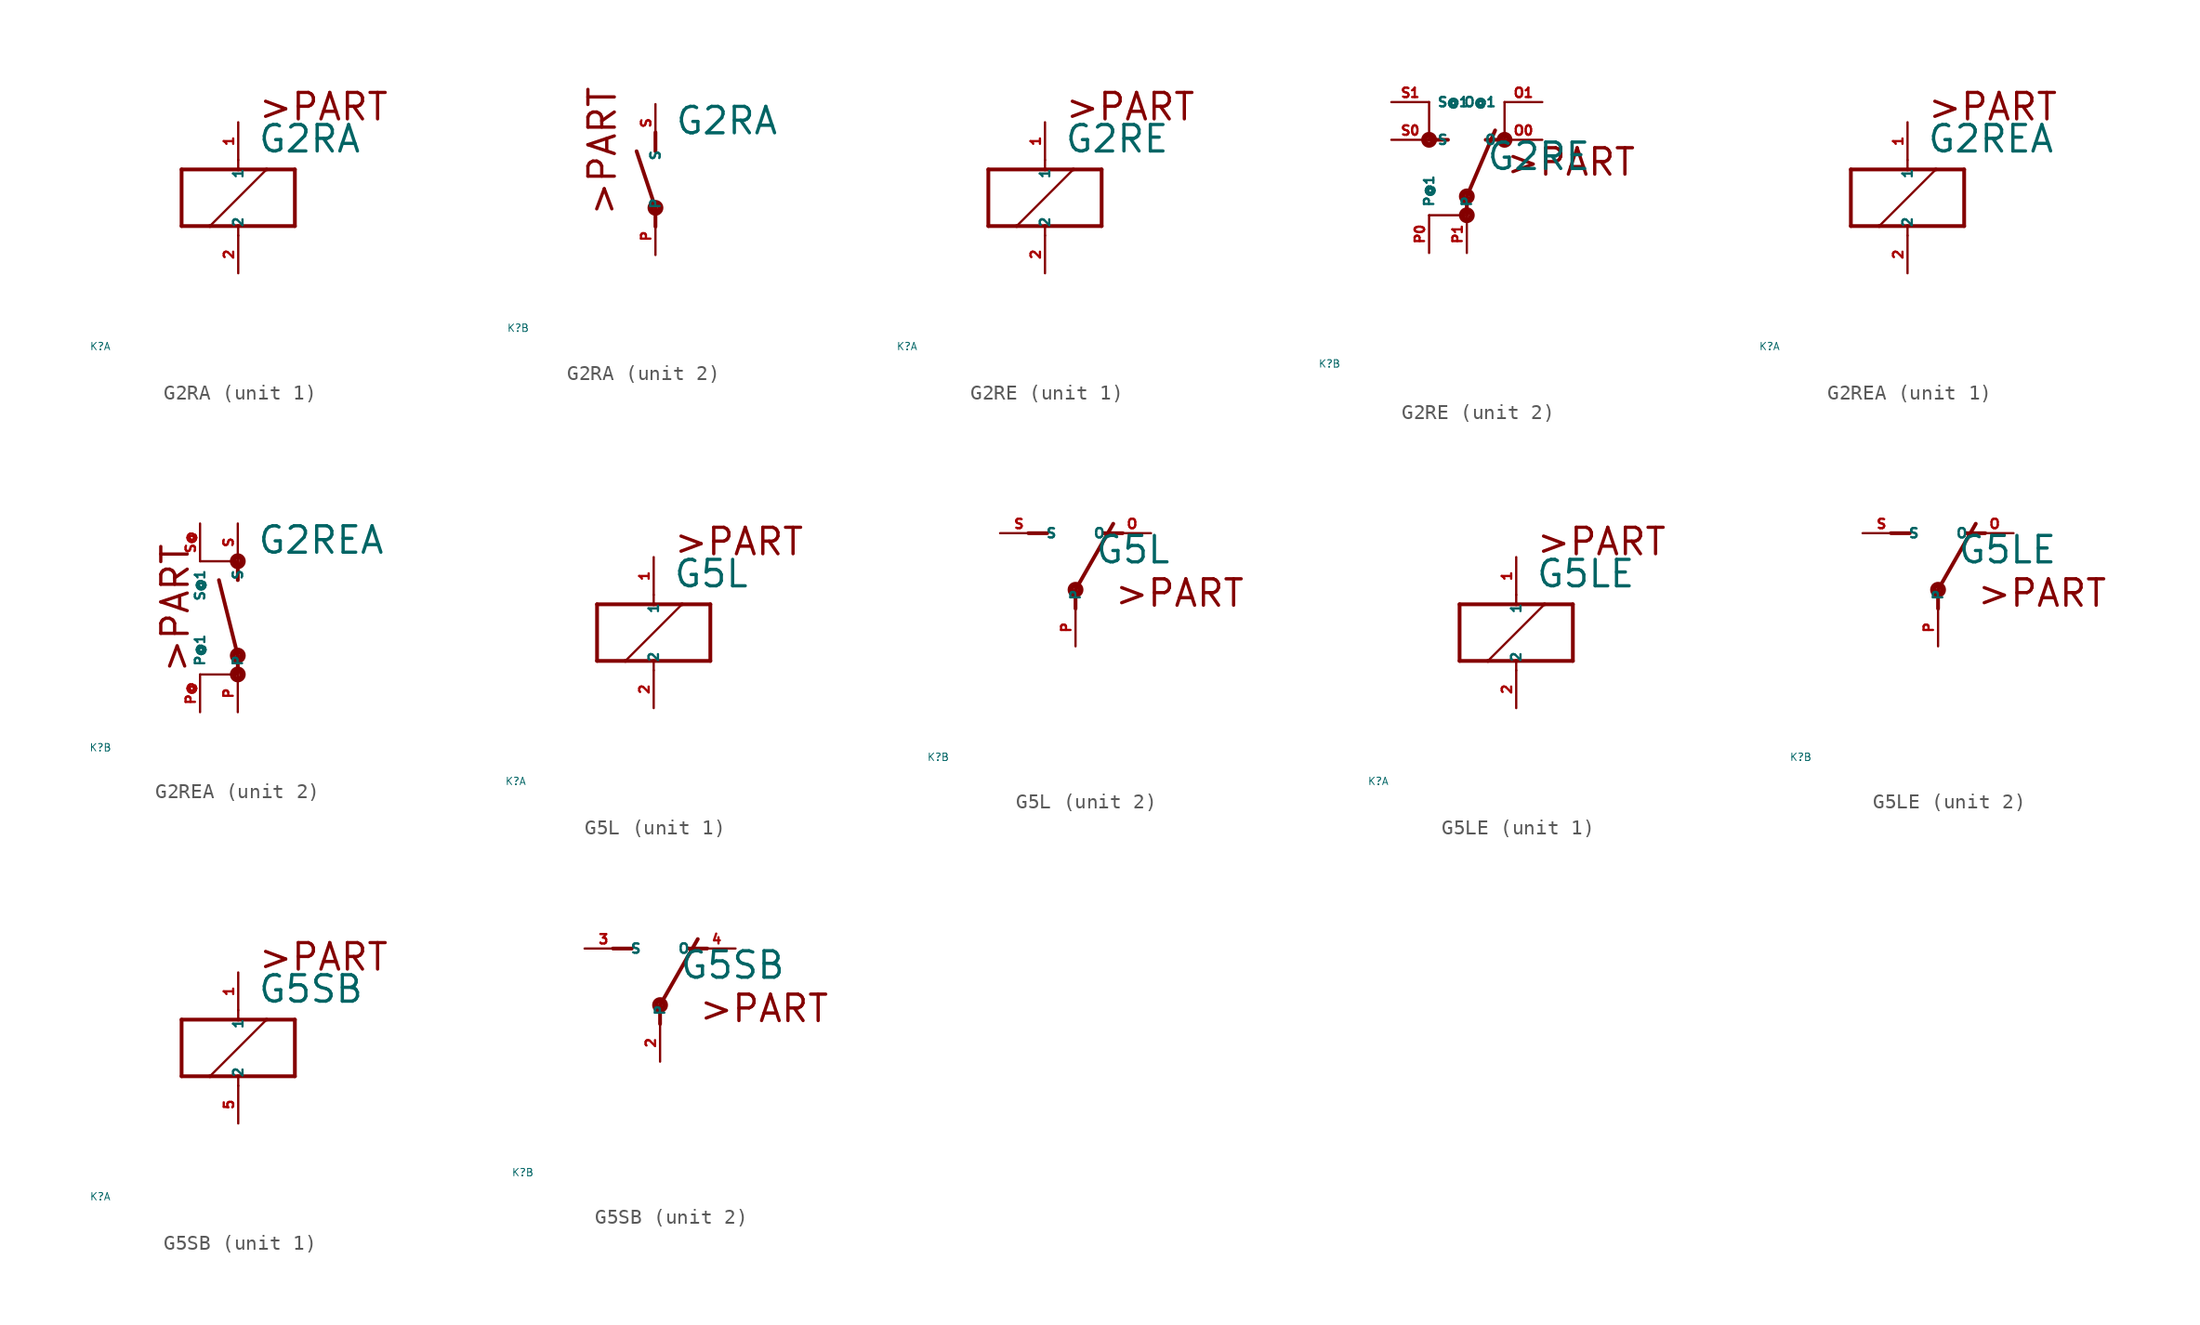
<source format=kicad_sym>
(kicad_symbol_lib
  (version 20220914)
  (generator Eagle2Kicad)
  (symbol "G2RA"
    (property "Reference" "K"
      (at -10 -10 0)
      (effects (font (size 0.5 0.5) (thickness 0.06)) (justify left)))
    (property "Value" "G2RA"
      (at 1.27 2.921 0)
      (effects (font (size 1.778 1.778) (thickness 0.22)) (justify left bottom)))
    (symbol "G2RA_1_0"
      (polyline (pts (xy -3.81 -1.905) (xy -1.905 -1.905)) (stroke (width 0.254) (type default)) (fill (type none)))
      (polyline (pts (xy 3.81 -1.905) (xy 3.81 1.905)) (stroke (width 0.254) (type default)) (fill (type none)))
      (polyline (pts (xy 3.81 1.905) (xy 1.905 1.905)) (stroke (width 0.254) (type default)) (fill (type none)))
      (polyline (pts (xy -3.81 1.905) (xy -3.81 -1.905)) (stroke (width 0.254) (type default)) (fill (type none)))
      (polyline (pts (xy 0 -2.54) (xy 0 -1.905)) (stroke (width 0.152) (type default)) (fill (type none)))
      (polyline (pts (xy 0 -1.905) (xy 3.81 -1.905)) (stroke (width 0.254) (type default)) (fill (type none)))
      (polyline (pts (xy 0 2.54) (xy 0 1.905)) (stroke (width 0.152) (type default)) (fill (type none)))
      (polyline (pts (xy 0 1.905) (xy -3.81 1.905)) (stroke (width 0.254) (type default)) (fill (type none)))
      (polyline (pts (xy -1.905 -1.905) (xy 1.905 1.905)) (stroke (width 0.152) (type default)) (fill (type none)))
      (polyline (pts (xy -1.905 -1.905) (xy 0 -1.905)) (stroke (width 0.254) (type default)) (fill (type none)))
      (polyline (pts (xy 1.905 1.905) (xy 0 1.905)) (stroke (width 0.254) (type default)) (fill (type none)))
      (text ">PART" (at 1.27 5.08 0) (effects (font (size 1.778 1.778) (thickness 0.22)) (justify left bottom)))
      (pin passive line (at 0 -5.08 90) (length 2.54) (name "2" (effects (font (size 0.635 0.635) (thickness 0.08)) (justify left bottom))) (number "2" (effects (font (size 0.635 0.635) (thickness 0.08)) (justify left bottom))))
      (pin passive line (at 0 5.08 270) (length 2.54) (name "1" (effects (font (size 0.635 0.635) (thickness 0.08)) (justify left bottom))) (number "1" (effects (font (size 0.635 0.635) (thickness 0.08)) (justify left bottom)))))
    (symbol "G2RA_2_0"
      (polyline (pts (xy 0 3.175) (xy 0 1.905)) (stroke (width 0.254) (type default)) (fill (type none)))
      (polyline (pts (xy 0 -3.175) (xy 0 -1.905)) (stroke (width 0.254) (type default)) (fill (type none)))
      (polyline (pts (xy 0 -1.905) (xy -1.27 1.905)) (stroke (width 0.254) (type default)) (fill (type none)))
      (text ">PART" (at -2.54 -2.54 900) (effects (font (size 1.778 1.778) (thickness 0.22)) (justify left bottom)))
      (circle (center 0 -1.905) (radius 0.127) (stroke (width 0.406) (type default)) (fill (type none)))
      (pin passive line (at 0 -5.08 90) (length 2.54) (name "P" (effects (font (size 0.635 0.635) (thickness 0.08)) (justify left bottom))) (number "P" (effects (font (size 0.635 0.635) (thickness 0.08)) (justify left bottom))))
      (pin passive line (at 0 5.08 270) (length 2.54) (name "S" (effects (font (size 0.635 0.635) (thickness 0.08)) (justify left bottom))) (number "S" (effects (font (size 0.635 0.635) (thickness 0.08)) (justify left bottom))))))
  (symbol "G2RE"
    (property "Reference" "K"
      (at -10 -10 0)
      (effects (font (size 0.5 0.5) (thickness 0.06)) (justify left)))
    (property "Value" "G2RE"
      (at 1.27 2.921 0)
      (effects (font (size 1.778 1.778) (thickness 0.22)) (justify left bottom)))
    (symbol "G2RE_1_0"
      (polyline (pts (xy -3.81 -1.905) (xy -1.905 -1.905)) (stroke (width 0.254) (type default)) (fill (type none)))
      (polyline (pts (xy 3.81 -1.905) (xy 3.81 1.905)) (stroke (width 0.254) (type default)) (fill (type none)))
      (polyline (pts (xy 3.81 1.905) (xy 1.905 1.905)) (stroke (width 0.254) (type default)) (fill (type none)))
      (polyline (pts (xy -3.81 1.905) (xy -3.81 -1.905)) (stroke (width 0.254) (type default)) (fill (type none)))
      (polyline (pts (xy 0 -2.54) (xy 0 -1.905)) (stroke (width 0.152) (type default)) (fill (type none)))
      (polyline (pts (xy 0 -1.905) (xy 3.81 -1.905)) (stroke (width 0.254) (type default)) (fill (type none)))
      (polyline (pts (xy 0 2.54) (xy 0 1.905)) (stroke (width 0.152) (type default)) (fill (type none)))
      (polyline (pts (xy 0 1.905) (xy -3.81 1.905)) (stroke (width 0.254) (type default)) (fill (type none)))
      (polyline (pts (xy -1.905 -1.905) (xy 1.905 1.905)) (stroke (width 0.152) (type default)) (fill (type none)))
      (polyline (pts (xy -1.905 -1.905) (xy 0 -1.905)) (stroke (width 0.254) (type default)) (fill (type none)))
      (polyline (pts (xy 1.905 1.905) (xy 0 1.905)) (stroke (width 0.254) (type default)) (fill (type none)))
      (text ">PART" (at 1.27 5.08 0) (effects (font (size 1.778 1.778) (thickness 0.22)) (justify left bottom)))
      (pin passive line (at 0 -5.08 90) (length 2.54) (name "2" (effects (font (size 0.635 0.635) (thickness 0.08)) (justify left bottom))) (number "2" (effects (font (size 0.635 0.635) (thickness 0.08)) (justify left bottom))))
      (pin passive line (at 0 5.08 270) (length 2.54) (name "1" (effects (font (size 0.635 0.635) (thickness 0.08)) (justify left bottom))) (number "1" (effects (font (size 0.635 0.635) (thickness 0.08)) (justify left bottom)))))
    (symbol "G2RE_2_0"
      (polyline (pts (xy -2.54 5.08) (xy -1.27 5.08)) (stroke (width 0.254) (type default)) (fill (type none)))
      (polyline (pts (xy 0 0) (xy 0 1.27)) (stroke (width 0.254) (type default)) (fill (type none)))
      (polyline (pts (xy 0 1.27) (xy 1.905 5.715)) (stroke (width 0.254) (type default)) (fill (type none)))
      (polyline (pts (xy -2.54 7.62) (xy -2.54 5.08)) (stroke (width 0.152) (type default)) (fill (type none)))
      (polyline (pts (xy -2.54 0) (xy 0 0)) (stroke (width 0.152) (type default)) (fill (type none)))
      (polyline (pts (xy 2.54 7.62) (xy 2.54 5.08)) (stroke (width 0.152) (type default)) (fill (type none)))
      (polyline (pts (xy 2.54 5.08) (xy 1.27 5.08)) (stroke (width 0.254) (type default)) (fill (type none)))
      (text ">PART" (at 2.54 2.54 0) (effects (font (size 1.778 1.778) (thickness 0.22)) (justify left bottom)))
      (circle (center 0 0) (radius 0.127) (stroke (width 0.406) (type default)) (fill (type none)))
      (circle (center 2.54 5.08) (radius 0.127) (stroke (width 0.406) (type default)) (fill (type none)))
      (circle (center -2.54 5.08) (radius 0.127) (stroke (width 0.406) (type default)) (fill (type none)))
      (circle (center 0 1.27) (radius 0.127) (stroke (width 0.406) (type default)) (fill (type none)))
      (pin passive line (at 5.08 7.62 180) (length 2.54) (name "O@1" (effects (font (size 0.635 0.635) (thickness 0.08)) (justify left bottom))) (number "O1" (effects (font (size 0.635 0.635) (thickness 0.08)) (justify left bottom))))
      (pin passive line (at -5.08 7.62 0) (length 2.54) (name "S@1" (effects (font (size 0.635 0.635) (thickness 0.08)) (justify left bottom))) (number "S1" (effects (font (size 0.635 0.635) (thickness 0.08)) (justify left bottom))))
      (pin passive line (at 0 -2.54 90) (length 2.54) (name "P" (effects (font (size 0.635 0.635) (thickness 0.08)) (justify left bottom))) (number "P1" (effects (font (size 0.635 0.635) (thickness 0.08)) (justify left bottom))))
      (pin passive line (at -5.08 5.08 0) (length 2.54) (name "S" (effects (font (size 0.635 0.635) (thickness 0.08)) (justify left bottom))) (number "S0" (effects (font (size 0.635 0.635) (thickness 0.08)) (justify left bottom))))
      (pin passive line (at -2.54 -2.54 90) (length 2.54) (name "P@1" (effects (font (size 0.635 0.635) (thickness 0.08)) (justify left bottom))) (number "P0" (effects (font (size 0.635 0.635) (thickness 0.08)) (justify left bottom))))
      (pin passive line (at 5.08 5.08 180) (length 2.54) (name "O" (effects (font (size 0.635 0.635) (thickness 0.08)) (justify left bottom))) (number "O0" (effects (font (size 0.635 0.635) (thickness 0.08)) (justify left bottom))))))
  (symbol "G2REA"
    (property "Reference" "K"
      (at -10 -10 0)
      (effects (font (size 0.5 0.5) (thickness 0.06)) (justify left)))
    (property "Value" "G2REA"
      (at 1.27 2.921 0)
      (effects (font (size 1.778 1.778) (thickness 0.22)) (justify left bottom)))
    (symbol "G2REA_1_0"
      (polyline (pts (xy -3.81 -1.905) (xy -1.905 -1.905)) (stroke (width 0.254) (type default)) (fill (type none)))
      (polyline (pts (xy 3.81 -1.905) (xy 3.81 1.905)) (stroke (width 0.254) (type default)) (fill (type none)))
      (polyline (pts (xy 3.81 1.905) (xy 1.905 1.905)) (stroke (width 0.254) (type default)) (fill (type none)))
      (polyline (pts (xy -3.81 1.905) (xy -3.81 -1.905)) (stroke (width 0.254) (type default)) (fill (type none)))
      (polyline (pts (xy 0 -2.54) (xy 0 -1.905)) (stroke (width 0.152) (type default)) (fill (type none)))
      (polyline (pts (xy 0 -1.905) (xy 3.81 -1.905)) (stroke (width 0.254) (type default)) (fill (type none)))
      (polyline (pts (xy 0 2.54) (xy 0 1.905)) (stroke (width 0.152) (type default)) (fill (type none)))
      (polyline (pts (xy 0 1.905) (xy -3.81 1.905)) (stroke (width 0.254) (type default)) (fill (type none)))
      (polyline (pts (xy -1.905 -1.905) (xy 1.905 1.905)) (stroke (width 0.152) (type default)) (fill (type none)))
      (polyline (pts (xy -1.905 -1.905) (xy 0 -1.905)) (stroke (width 0.254) (type default)) (fill (type none)))
      (polyline (pts (xy 1.905 1.905) (xy 0 1.905)) (stroke (width 0.254) (type default)) (fill (type none)))
      (text ">PART" (at 1.27 5.08 0) (effects (font (size 1.778 1.778) (thickness 0.22)) (justify left bottom)))
      (pin passive line (at 0 -5.08 90) (length 2.54) (name "2" (effects (font (size 0.635 0.635) (thickness 0.08)) (justify left bottom))) (number "2" (effects (font (size 0.635 0.635) (thickness 0.08)) (justify left bottom))))
      (pin passive line (at 0 5.08 270) (length 2.54) (name "1" (effects (font (size 0.635 0.635) (thickness 0.08)) (justify left bottom))) (number "1" (effects (font (size 0.635 0.635) (thickness 0.08)) (justify left bottom)))))
    (symbol "G2REA_2_0"
      (polyline (pts (xy 0 2.54) (xy 0 1.27)) (stroke (width 0.254) (type default)) (fill (type none)))
      (polyline (pts (xy 0 -5.08) (xy 0 -3.81)) (stroke (width 0.254) (type default)) (fill (type none)))
      (polyline (pts (xy 0 -3.81) (xy -1.27 1.27)) (stroke (width 0.254) (type default)) (fill (type none)))
      (polyline (pts (xy 0 -5.08) (xy -2.54 -5.08)) (stroke (width 0.152) (type default)) (fill (type none)))
      (polyline (pts (xy 0 2.54) (xy -2.54 2.54)) (stroke (width 0.152) (type default)) (fill (type none)))
      (text ">PART" (at -3.175 -5.08 900) (effects (font (size 1.778 1.778) (thickness 0.22)) (justify left bottom)))
      (circle (center 0 2.54) (radius 0.127) (stroke (width 0.406) (type default)) (fill (type none)))
      (circle (center 0 -5.08) (radius 0.127) (stroke (width 0.406) (type default)) (fill (type none)))
      (circle (center 0 -3.81) (radius 0.127) (stroke (width 0.406) (type default)) (fill (type none)))
      (pin passive line (at 0 -7.62 90) (length 2.54) (name "P" (effects (font (size 0.635 0.635) (thickness 0.08)) (justify left bottom))) (number "P" (effects (font (size 0.635 0.635) (thickness 0.08)) (justify left bottom))))
      (pin passive line (at 0 5.08 270) (length 2.54) (name "S" (effects (font (size 0.635 0.635) (thickness 0.08)) (justify left bottom))) (number "S" (effects (font (size 0.635 0.635) (thickness 0.08)) (justify left bottom))))
      (pin passive line (at -2.54 -7.62 90) (length 2.54) (name "P@1" (effects (font (size 0.635 0.635) (thickness 0.08)) (justify left bottom))) (number "P@" (effects (font (size 0.635 0.635) (thickness 0.08)) (justify left bottom))))
      (pin passive line (at -2.54 5.08 270) (length 2.54) (name "S@1" (effects (font (size 0.635 0.635) (thickness 0.08)) (justify left bottom))) (number "S@" (effects (font (size 0.635 0.635) (thickness 0.08)) (justify left bottom))))))
  (symbol "G5L"
    (property "Reference" "K"
      (at -10 -10 0)
      (effects (font (size 0.5 0.5) (thickness 0.06)) (justify left)))
    (property "Value" "G5L"
      (at 1.27 2.921 0)
      (effects (font (size 1.778 1.778) (thickness 0.22)) (justify left bottom)))
    (symbol "G5L_1_0"
      (polyline (pts (xy -3.81 -1.905) (xy -1.905 -1.905)) (stroke (width 0.254) (type default)) (fill (type none)))
      (polyline (pts (xy 3.81 -1.905) (xy 3.81 1.905)) (stroke (width 0.254) (type default)) (fill (type none)))
      (polyline (pts (xy 3.81 1.905) (xy 1.905 1.905)) (stroke (width 0.254) (type default)) (fill (type none)))
      (polyline (pts (xy -3.81 1.905) (xy -3.81 -1.905)) (stroke (width 0.254) (type default)) (fill (type none)))
      (polyline (pts (xy 0 -2.54) (xy 0 -1.905)) (stroke (width 0.152) (type default)) (fill (type none)))
      (polyline (pts (xy 0 -1.905) (xy 3.81 -1.905)) (stroke (width 0.254) (type default)) (fill (type none)))
      (polyline (pts (xy 0 2.54) (xy 0 1.905)) (stroke (width 0.152) (type default)) (fill (type none)))
      (polyline (pts (xy 0 1.905) (xy -3.81 1.905)) (stroke (width 0.254) (type default)) (fill (type none)))
      (polyline (pts (xy -1.905 -1.905) (xy 1.905 1.905)) (stroke (width 0.152) (type default)) (fill (type none)))
      (polyline (pts (xy -1.905 -1.905) (xy 0 -1.905)) (stroke (width 0.254) (type default)) (fill (type none)))
      (polyline (pts (xy 1.905 1.905) (xy 0 1.905)) (stroke (width 0.254) (type default)) (fill (type none)))
      (text ">PART" (at 1.27 5.08 0) (effects (font (size 1.778 1.778) (thickness 0.22)) (justify left bottom)))
      (pin passive line (at 0 -5.08 90) (length 2.54) (name "2" (effects (font (size 0.635 0.635) (thickness 0.08)) (justify left bottom))) (number "2" (effects (font (size 0.635 0.635) (thickness 0.08)) (justify left bottom))))
      (pin passive line (at 0 5.08 270) (length 2.54) (name "1" (effects (font (size 0.635 0.635) (thickness 0.08)) (justify left bottom))) (number "1" (effects (font (size 0.635 0.635) (thickness 0.08)) (justify left bottom)))))
    (symbol "G5L_2_0"
      (polyline (pts (xy 3.175 5.08) (xy 1.905 5.08)) (stroke (width 0.254) (type default)) (fill (type none)))
      (polyline (pts (xy -3.175 5.08) (xy -1.905 5.08)) (stroke (width 0.254) (type default)) (fill (type none)))
      (polyline (pts (xy 0 1.27) (xy 2.54 5.715)) (stroke (width 0.254) (type default)) (fill (type none)))
      (polyline (pts (xy 0 1.27) (xy 0 0)) (stroke (width 0.254) (type default)) (fill (type none)))
      (text ">PART" (at 2.54 0 0) (effects (font (size 1.778 1.778) (thickness 0.22)) (justify left bottom)))
      (circle (center 0 1.27) (radius 0.127) (stroke (width 0.406) (type default)) (fill (type none)))
      (pin passive line (at 5.08 5.08 180) (length 2.54) (name "O" (effects (font (size 0.635 0.635) (thickness 0.08)) (justify left bottom))) (number "O" (effects (font (size 0.635 0.635) (thickness 0.08)) (justify left bottom))))
      (pin passive line (at -5.08 5.08 0) (length 2.54) (name "S" (effects (font (size 0.635 0.635) (thickness 0.08)) (justify left bottom))) (number "S" (effects (font (size 0.635 0.635) (thickness 0.08)) (justify left bottom))))
      (pin passive line (at 0 -2.54 90) (length 2.54) (name "P" (effects (font (size 0.635 0.635) (thickness 0.08)) (justify left bottom))) (number "P" (effects (font (size 0.635 0.635) (thickness 0.08)) (justify left bottom))))))
  (symbol "G5LE"
    (property "Reference" "K"
      (at -10 -10 0)
      (effects (font (size 0.5 0.5) (thickness 0.06)) (justify left)))
    (property "Value" "G5LE"
      (at 1.27 2.921 0)
      (effects (font (size 1.778 1.778) (thickness 0.22)) (justify left bottom)))
    (symbol "G5LE_1_0"
      (polyline (pts (xy -3.81 -1.905) (xy -1.905 -1.905)) (stroke (width 0.254) (type default)) (fill (type none)))
      (polyline (pts (xy 3.81 -1.905) (xy 3.81 1.905)) (stroke (width 0.254) (type default)) (fill (type none)))
      (polyline (pts (xy 3.81 1.905) (xy 1.905 1.905)) (stroke (width 0.254) (type default)) (fill (type none)))
      (polyline (pts (xy -3.81 1.905) (xy -3.81 -1.905)) (stroke (width 0.254) (type default)) (fill (type none)))
      (polyline (pts (xy 0 -2.54) (xy 0 -1.905)) (stroke (width 0.152) (type default)) (fill (type none)))
      (polyline (pts (xy 0 -1.905) (xy 3.81 -1.905)) (stroke (width 0.254) (type default)) (fill (type none)))
      (polyline (pts (xy 0 2.54) (xy 0 1.905)) (stroke (width 0.152) (type default)) (fill (type none)))
      (polyline (pts (xy 0 1.905) (xy -3.81 1.905)) (stroke (width 0.254) (type default)) (fill (type none)))
      (polyline (pts (xy -1.905 -1.905) (xy 1.905 1.905)) (stroke (width 0.152) (type default)) (fill (type none)))
      (polyline (pts (xy -1.905 -1.905) (xy 0 -1.905)) (stroke (width 0.254) (type default)) (fill (type none)))
      (polyline (pts (xy 1.905 1.905) (xy 0 1.905)) (stroke (width 0.254) (type default)) (fill (type none)))
      (text ">PART" (at 1.27 5.08 0) (effects (font (size 1.778 1.778) (thickness 0.22)) (justify left bottom)))
      (pin passive line (at 0 -5.08 90) (length 2.54) (name "2" (effects (font (size 0.635 0.635) (thickness 0.08)) (justify left bottom))) (number "2" (effects (font (size 0.635 0.635) (thickness 0.08)) (justify left bottom))))
      (pin passive line (at 0 5.08 270) (length 2.54) (name "1" (effects (font (size 0.635 0.635) (thickness 0.08)) (justify left bottom))) (number "1" (effects (font (size 0.635 0.635) (thickness 0.08)) (justify left bottom)))))
    (symbol "G5LE_2_0"
      (polyline (pts (xy 3.175 5.08) (xy 1.905 5.08)) (stroke (width 0.254) (type default)) (fill (type none)))
      (polyline (pts (xy -3.175 5.08) (xy -1.905 5.08)) (stroke (width 0.254) (type default)) (fill (type none)))
      (polyline (pts (xy 0 1.27) (xy 2.54 5.715)) (stroke (width 0.254) (type default)) (fill (type none)))
      (polyline (pts (xy 0 1.27) (xy 0 0)) (stroke (width 0.254) (type default)) (fill (type none)))
      (text ">PART" (at 2.54 0 0) (effects (font (size 1.778 1.778) (thickness 0.22)) (justify left bottom)))
      (circle (center 0 1.27) (radius 0.127) (stroke (width 0.406) (type default)) (fill (type none)))
      (pin passive line (at 5.08 5.08 180) (length 2.54) (name "O" (effects (font (size 0.635 0.635) (thickness 0.08)) (justify left bottom))) (number "O" (effects (font (size 0.635 0.635) (thickness 0.08)) (justify left bottom))))
      (pin passive line (at -5.08 5.08 0) (length 2.54) (name "S" (effects (font (size 0.635 0.635) (thickness 0.08)) (justify left bottom))) (number "S" (effects (font (size 0.635 0.635) (thickness 0.08)) (justify left bottom))))
      (pin passive line (at 0 -2.54 90) (length 2.54) (name "P" (effects (font (size 0.635 0.635) (thickness 0.08)) (justify left bottom))) (number "P" (effects (font (size 0.635 0.635) (thickness 0.08)) (justify left bottom))))))
  (symbol "G5SB"
    (property "Reference" "K"
      (at -10 -10 0)
      (effects (font (size 0.5 0.5) (thickness 0.06)) (justify left)))
    (property "Value" "G5SB"
      (at 1.27 2.921 0)
      (effects (font (size 1.778 1.778) (thickness 0.22)) (justify left bottom)))
    (symbol "G5SB_1_0"
      (polyline (pts (xy -3.81 -1.905) (xy -1.905 -1.905)) (stroke (width 0.254) (type default)) (fill (type none)))
      (polyline (pts (xy 3.81 -1.905) (xy 3.81 1.905)) (stroke (width 0.254) (type default)) (fill (type none)))
      (polyline (pts (xy 3.81 1.905) (xy 1.905 1.905)) (stroke (width 0.254) (type default)) (fill (type none)))
      (polyline (pts (xy -3.81 1.905) (xy -3.81 -1.905)) (stroke (width 0.254) (type default)) (fill (type none)))
      (polyline (pts (xy 0 -2.54) (xy 0 -1.905)) (stroke (width 0.152) (type default)) (fill (type none)))
      (polyline (pts (xy 0 -1.905) (xy 3.81 -1.905)) (stroke (width 0.254) (type default)) (fill (type none)))
      (polyline (pts (xy 0 2.54) (xy 0 1.905)) (stroke (width 0.152) (type default)) (fill (type none)))
      (polyline (pts (xy 0 1.905) (xy -3.81 1.905)) (stroke (width 0.254) (type default)) (fill (type none)))
      (polyline (pts (xy -1.905 -1.905) (xy 1.905 1.905)) (stroke (width 0.152) (type default)) (fill (type none)))
      (polyline (pts (xy -1.905 -1.905) (xy 0 -1.905)) (stroke (width 0.254) (type default)) (fill (type none)))
      (polyline (pts (xy 1.905 1.905) (xy 0 1.905)) (stroke (width 0.254) (type default)) (fill (type none)))
      (text ">PART" (at 1.27 5.08 0) (effects (font (size 1.778 1.778) (thickness 0.22)) (justify left bottom)))
      (pin passive line (at 0 -5.08 90) (length 2.54) (name "2" (effects (font (size 0.635 0.635) (thickness 0.08)) (justify left bottom))) (number "5" (effects (font (size 0.635 0.635) (thickness 0.08)) (justify left bottom))))
      (pin passive line (at 0 5.08 270) (length 2.54) (name "1" (effects (font (size 0.635 0.635) (thickness 0.08)) (justify left bottom))) (number "1" (effects (font (size 0.635 0.635) (thickness 0.08)) (justify left bottom)))))
    (symbol "G5SB_2_0"
      (polyline (pts (xy 3.175 5.08) (xy 1.905 5.08)) (stroke (width 0.254) (type default)) (fill (type none)))
      (polyline (pts (xy -3.175 5.08) (xy -1.905 5.08)) (stroke (width 0.254) (type default)) (fill (type none)))
      (polyline (pts (xy 0 1.27) (xy 2.54 5.715)) (stroke (width 0.254) (type default)) (fill (type none)))
      (polyline (pts (xy 0 1.27) (xy 0 0)) (stroke (width 0.254) (type default)) (fill (type none)))
      (text ">PART" (at 2.54 0 0) (effects (font (size 1.778 1.778) (thickness 0.22)) (justify left bottom)))
      (circle (center 0 1.27) (radius 0.127) (stroke (width 0.406) (type default)) (fill (type none)))
      (pin passive line (at 5.08 5.08 180) (length 2.54) (name "O" (effects (font (size 0.635 0.635) (thickness 0.08)) (justify left bottom))) (number "4" (effects (font (size 0.635 0.635) (thickness 0.08)) (justify left bottom))))
      (pin passive line (at -5.08 5.08 0) (length 2.54) (name "S" (effects (font (size 0.635 0.635) (thickness 0.08)) (justify left bottom))) (number "3" (effects (font (size 0.635 0.635) (thickness 0.08)) (justify left bottom))))
      (pin passive line (at 0 -2.54 90) (length 2.54) (name "P" (effects (font (size 0.635 0.635) (thickness 0.08)) (justify left bottom))) (number "2" (effects (font (size 0.635 0.635) (thickness 0.08)) (justify left bottom)))))))
</source>
